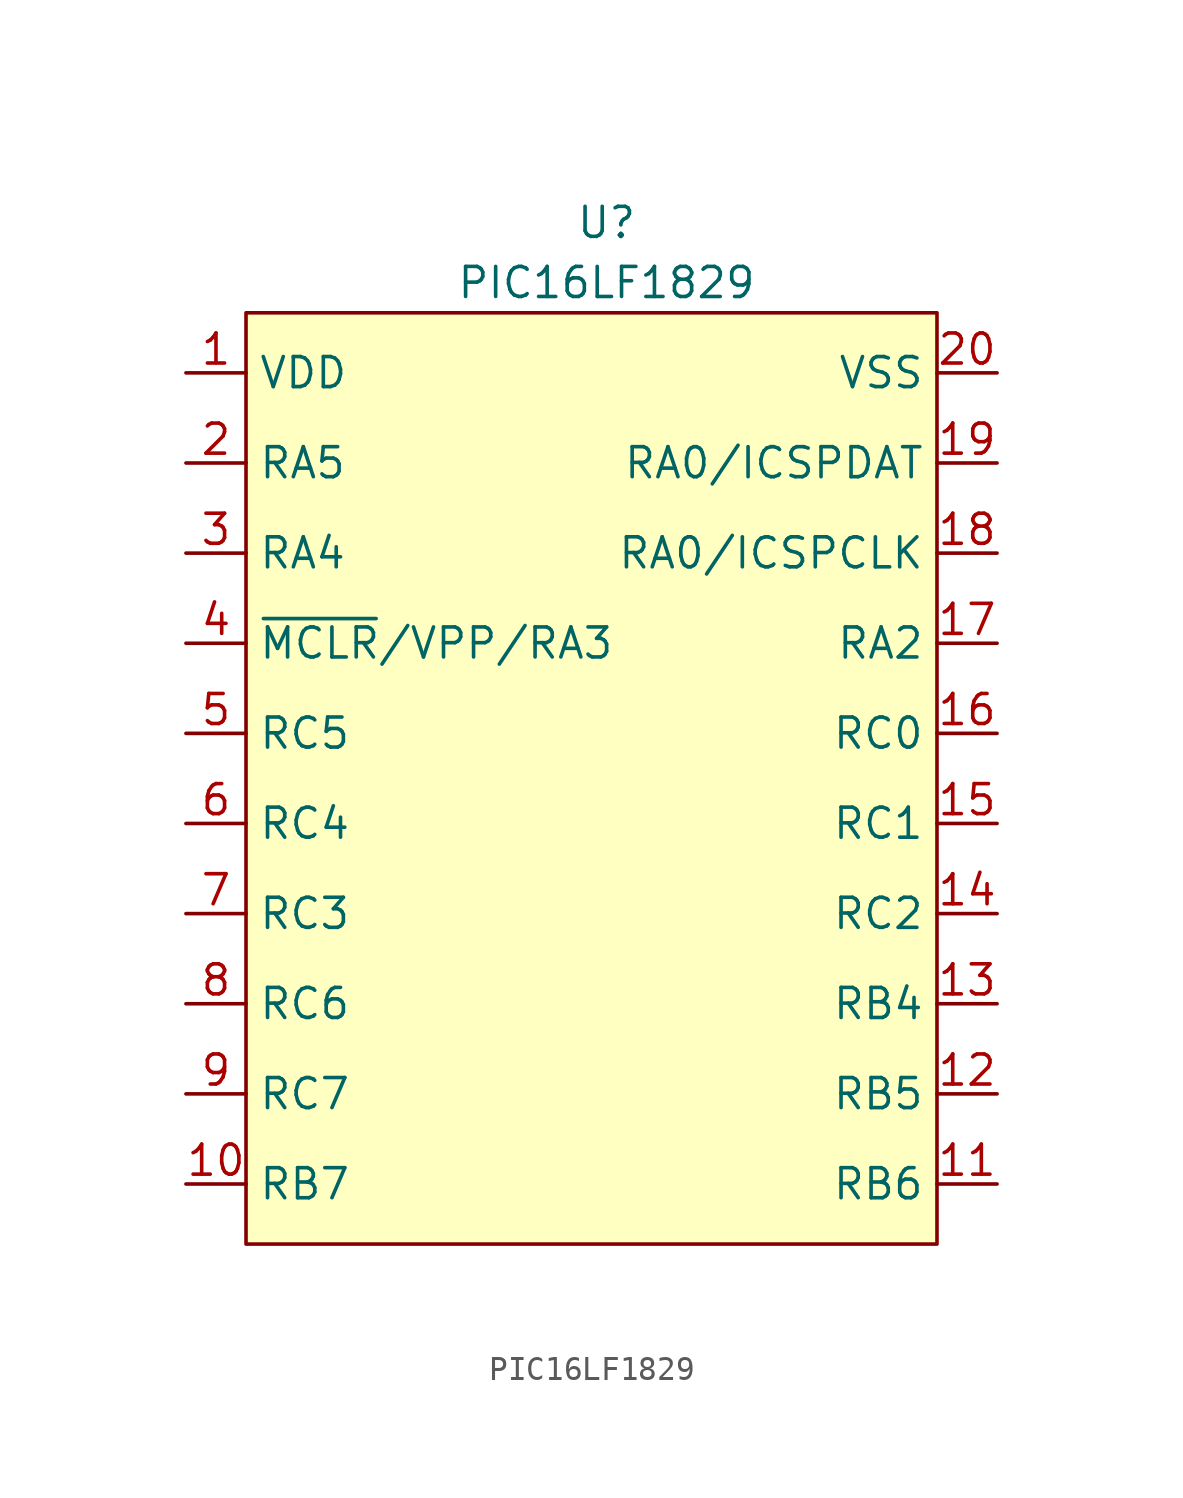
<source format=kicad_sym>
(kicad_symbol_lib
  (version 20220914)
  (generator kicad_symbol_editor)
  (symbol "PIC16LF1829"
    (property "Reference" "U"
      (at -5.08 3.81 0)
      (effects (font (size 1.27 1.27))))
    (property "Value" "PIC16LF1829"
      (at -5.08 1.27 0)
      (effects (font (size 1.27 1.27))))
    (symbol "PIC16LF1829_0_1"
      (rectangle (start -20.32 0) (end 8.89 -39.37) (stroke (width 0) (type default)) (fill (type background))))
    (symbol "PIC16LF1829_1_1"
      (pin power_in line (at -22.86 -2.54 0) (length 2.54) (name "VDD" (effects (font (size 1.27 1.27)))) (number "1" (effects (font (size 1.27 1.27)))))
      (pin bidirectional line (at -22.86 -36.83 0) (length 2.54) (name "RB7" (effects (font (size 1.27 1.27)))) (number "10" (effects (font (size 1.27 1.27)))))
      (pin bidirectional line (at 11.43 -36.83 180) (length 2.54) (name "RB6" (effects (font (size 1.27 1.27)))) (number "11" (effects (font (size 1.27 1.27)))))
      (pin bidirectional line (at 11.43 -33.02 180) (length 2.54) (name "RB5" (effects (font (size 1.27 1.27)))) (number "12" (effects (font (size 1.27 1.27)))))
      (pin bidirectional line (at 11.43 -29.21 180) (length 2.54) (name "RB4" (effects (font (size 1.27 1.27)))) (number "13" (effects (font (size 1.27 1.27)))))
      (pin bidirectional line (at 11.43 -25.4 180) (length 2.54) (name "RC2" (effects (font (size 1.27 1.27)))) (number "14" (effects (font (size 1.27 1.27)))))
      (pin bidirectional line (at 11.43 -21.59 180) (length 2.54) (name "RC1" (effects (font (size 1.27 1.27)))) (number "15" (effects (font (size 1.27 1.27)))))
      (pin bidirectional line (at 11.43 -17.78 180) (length 2.54) (name "RC0" (effects (font (size 1.27 1.27)))) (number "16" (effects (font (size 1.27 1.27)))))
      (pin bidirectional line (at 11.43 -13.97 180) (length 2.54) (name "RA2" (effects (font (size 1.27 1.27)))) (number "17" (effects (font (size 1.27 1.27)))))
      (pin bidirectional line (at 11.43 -10.16 180) (length 2.54) (name "RA0/ICSPCLK" (effects (font (size 1.27 1.27)))) (number "18" (effects (font (size 1.27 1.27)))))
      (pin bidirectional line (at 11.43 -6.35 180) (length 2.54) (name "RA0/ICSPDAT" (effects (font (size 1.27 1.27)))) (number "19" (effects (font (size 1.27 1.27)))))
      (pin bidirectional line (at -22.86 -6.35 0) (length 2.54) (name "RA5" (effects (font (size 1.27 1.27)))) (number "2" (effects (font (size 1.27 1.27)))))
      (pin power_in line (at 11.43 -2.54 180) (length 2.54) (name "VSS" (effects (font (size 1.27 1.27)))) (number "20" (effects (font (size 1.27 1.27)))))
      (pin bidirectional line (at -22.86 -10.16 0) (length 2.54) (name "RA4" (effects (font (size 1.27 1.27)))) (number "3" (effects (font (size 1.27 1.27)))))
      (pin bidirectional line (at -22.86 -13.97 0) (length 2.54) (name "~{MCLR}/VPP/RA3" (effects (font (size 1.27 1.27)))) (number "4" (effects (font (size 1.27 1.27)))))
      (pin bidirectional line (at -22.86 -17.78 0) (length 2.54) (name "RC5" (effects (font (size 1.27 1.27)))) (number "5" (effects (font (size 1.27 1.27)))))
      (pin bidirectional line (at -22.86 -21.59 0) (length 2.54) (name "RC4" (effects (font (size 1.27 1.27)))) (number "6" (effects (font (size 1.27 1.27)))))
      (pin bidirectional line (at -22.86 -25.4 0) (length 2.54) (name "RC3" (effects (font (size 1.27 1.27)))) (number "7" (effects (font (size 1.27 1.27)))))
      (pin bidirectional line (at -22.86 -29.21 0) (length 2.54) (name "RC6" (effects (font (size 1.27 1.27)))) (number "8" (effects (font (size 1.27 1.27)))))
      (pin bidirectional line (at -22.86 -33.02 0) (length 2.54) (name "RC7" (effects (font (size 1.27 1.27)))) (number "9" (effects (font (size 1.27 1.27))))))))
</source>
